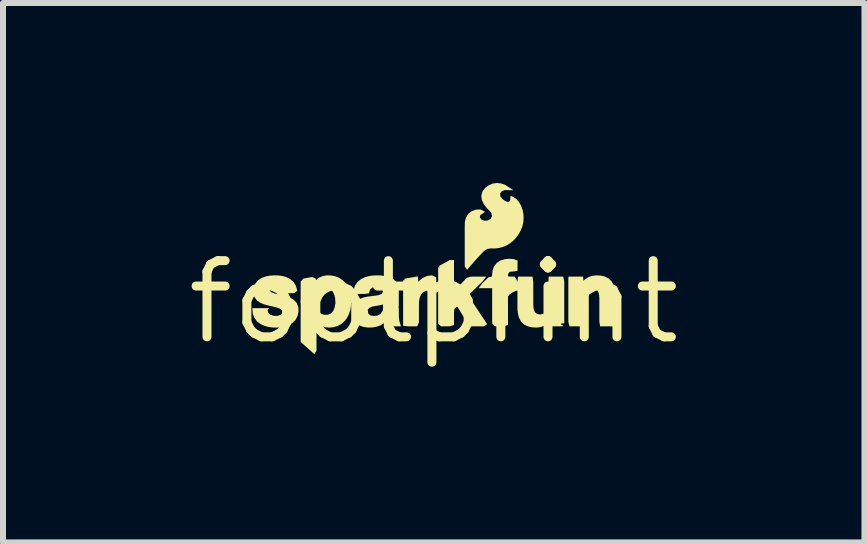
<source format=kicad_pcb>
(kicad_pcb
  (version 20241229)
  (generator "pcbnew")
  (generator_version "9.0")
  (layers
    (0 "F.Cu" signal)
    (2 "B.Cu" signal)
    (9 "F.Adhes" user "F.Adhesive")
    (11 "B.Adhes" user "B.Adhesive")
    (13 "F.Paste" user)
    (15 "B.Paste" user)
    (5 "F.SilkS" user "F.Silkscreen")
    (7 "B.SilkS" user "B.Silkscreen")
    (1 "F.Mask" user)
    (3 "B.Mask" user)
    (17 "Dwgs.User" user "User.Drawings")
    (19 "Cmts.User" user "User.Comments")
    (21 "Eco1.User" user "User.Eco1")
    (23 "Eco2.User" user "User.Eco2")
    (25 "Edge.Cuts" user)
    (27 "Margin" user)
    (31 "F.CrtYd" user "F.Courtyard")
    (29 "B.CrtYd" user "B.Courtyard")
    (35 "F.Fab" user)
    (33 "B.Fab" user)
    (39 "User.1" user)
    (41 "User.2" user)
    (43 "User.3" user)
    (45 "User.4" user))
  (footprint "footprint"
    (layer "F.Cu")
    (at 4.18 1.985)
    (property "Reference" "footprint" (at 0 0 0) (layer "F.SilkS") (effects (font (size 1.27 1.27) (thickness 0.15))))
    (fp_poly (pts (xy 0.041 -0.41) (xy 0.041 -0.256) (xy 0.013 -0.191) (xy -0.068 -0.196) (xy -0.128 -0.187) (xy -0.179 -0.161) (xy -0.215 -0.117) (xy -0.237 -0.061) (xy -0.246 0.000294) (xy -0.247 0.338) (xy -0.275 0.405) (xy -0.427 0.405) (xy -0.51 0.395) (xy -0.51 -0.363) (xy -0.485 -0.363) (xy -0.49 -0.388) (xy -0.266 -0.428) (xy -0.257 -0.34) (xy -0.257 -0.335) (xy -0.231 -0.365) (xy -0.172 -0.408) (xy -0.105 -0.436) (xy -0.028 -0.446)) (stroke (width 0) (type solid)) (fill yes) (layer "F.SilkS"))
    (fp_poly (pts (xy 0.338 -0.181) (xy 0.554 -0.406) (xy 0.624 -0.424) (xy 0.875 -0.424) (xy 0.815 -0.344) (xy 0.586 -0.121) (xy 0.589 -0.087) (xy 0.892 0.37) (xy 0.831 0.405) (xy 0.616 0.405) (xy 0.564 0.353) (xy 0.397 0.082) (xy 0.379 0.082) (xy 0.345 0.115) (xy 0.338 0.167) (xy 0.338 0.382) (xy 0.267 0.405) (xy 0.12 0.405) (xy 0.074 0.356) (xy 0.074 -0.579) (xy 0.099 -0.579) (xy 0.087 -0.601) (xy 0.266 -0.699) (xy 0.338 -0.702)) (stroke (width 0) (type solid)) (fill yes) (layer "F.SilkS"))
    (fp_poly (pts (xy -1.1 0.126) (xy -1.092 0.192) (xy -1.054 0.224) (xy -0.998 0.232) (xy -0.94 0.226) (xy -0.89 0.201) (xy -0.856 0.153) (xy -0.823 0.091) (xy -0.582 0.091) (xy -0.581 0.248) (xy -0.574 0.312) (xy -0.546 0.405) (xy -0.796 0.405) (xy -0.823 0.356) (xy -0.835 0.357) (xy -0.89 0.39) (xy -0.958 0.413) (xy -1.028 0.424) (xy -1.099 0.425) (xy -1.17 0.415) (xy -1.238 0.39) (xy -1.298 0.345) (xy -1.341 0.283) (xy -1.361 0.212) (xy -1.363 0.127) (xy -1.3 0.091) (xy -1.151 0.091)) (stroke (width 0) (type solid)) (fill yes) (layer "F.SilkS"))
    (fp_poly (pts (xy -1.944 0.107) (xy -1.918 0.159) (xy -1.876 0.196) (xy -1.823 0.213) (xy -1.766 0.211) (xy -1.715 0.19) (xy -1.676 0.15) (xy -1.653 0.097) (xy -1.641 0.031) (xy -1.609 -0.03) (xy -1.461 -0.03) (xy -1.374 -0.023) (xy -1.38 0.069) (xy -1.392 0.137) (xy -1.414 0.203) (xy -1.446 0.265) (xy -1.489 0.321) (xy -1.543 0.367) (xy -1.606 0.401) (xy -1.674 0.42) (xy -1.745 0.426) (xy -1.815 0.418) (xy -1.883 0.395) (xy -1.943 0.356) (xy -1.954 0.345) (xy -1.954 0.808) (xy -1.99 0.868) (xy -2.218 0.665) (xy -2.218 -0.03) (xy -1.975 -0.03)) (stroke (width 0) (type solid)) (fill yes) (layer "F.SilkS"))
    (fp_poly (pts (xy -1.71 -0.443) (xy -1.641 -0.43) (xy -1.576 -0.403) (xy -1.517 -0.364) (xy -1.469 -0.312) (xy -1.431 -0.253) (xy -1.404 -0.189) (xy -1.387 -0.123) (xy -1.377 -0.051) (xy -1.4 0.02) (xy -1.638 0.02) (xy -1.644 -0.067) (xy -1.658 -0.125) (xy -1.685 -0.177) (xy -1.725 -0.214) (xy -1.778 -0.232) (xy -1.834 -0.231) (xy -1.885 -0.21) (xy -1.923 -0.17) (xy -1.947 -0.117) (xy -1.976 0.02) (xy -2.218 0.02) (xy -2.218 -0.343) (xy -2.17 -0.392) (xy -2.026 -0.418) (xy -1.965 -0.39) (xy -1.965 -0.366) (xy -1.915 -0.405) (xy -1.849 -0.433) (xy -1.78 -0.445)) (stroke (width 0) (type solid)) (fill yes) (layer "F.SilkS"))
    (fp_poly (pts (xy 1.325 -0.718) (xy 1.397 -0.693) (xy 1.397 -0.52) (xy 1.321 -0.509) (xy 1.266 -0.504) (xy 1.24 -0.468) (xy 1.238 -0.43) (xy 1.271 -0.424) (xy 1.349 -0.424) (xy 1.385 -0.364) (xy 1.385 -0.281) (xy 1.339 -0.231) (xy 1.266 -0.231) (xy 1.238 -0.221) (xy 1.238 0.38) (xy 1.168 0.405) (xy 1.019 0.405) (xy 0.974 0.354) (xy 0.974 -0.231) (xy 0.749 -0.231) (xy 0.809 -0.312) (xy 0.911 -0.412) (xy 0.965 -0.421) (xy 0.974 -0.457) (xy 0.98 -0.524) (xy 1.005 -0.594) (xy 1.051 -0.652) (xy 1.113 -0.693) (xy 1.182 -0.714) (xy 1.253 -0.721)) (stroke (width 0) (type solid)) (fill yes) (layer "F.SilkS"))
    (fp_poly (pts (xy 2.778 -0.442) (xy 2.848 -0.427) (xy 2.913 -0.395) (xy 2.966 -0.344) (xy 3 -0.279) (xy 3.017 -0.211) (xy 3.024 -0.142) (xy 3.025 0.322) (xy 3.015 0.405) (xy 2.773 0.405) (xy 2.761 0.325) (xy 2.761 -0.072) (xy 2.755 -0.133) (xy 2.736 -0.186) (xy 2.697 -0.218) (xy 2.643 -0.226) (xy 2.588 -0.217) (xy 2.545 -0.186) (xy 2.52 -0.136) (xy 2.51 -0.076) (xy 2.508 -0.012) (xy 2.508 0.318) (xy 2.504 0.405) (xy 2.262 0.405) (xy 2.244 0.33) (xy 2.244 -0.401) (xy 2.249 -0.424) (xy 2.49 -0.424) (xy 2.496 -0.353) (xy 2.511 -0.37) (xy 2.571 -0.411) (xy 2.638 -0.436) (xy 2.708 -0.445)) (stroke (width 0) (type solid)) (fill yes) (layer "F.SilkS"))
    (fp_poly (pts (xy 1.659 -0.344) (xy 1.66 0.052) (xy 1.665 0.114) (xy 1.684 0.166) (xy 1.723 0.199) (xy 1.777 0.207) (xy 1.832 0.197) (xy 1.876 0.166) (xy 1.9 0.116) (xy 1.91 0.057) (xy 1.912 -0.007) (xy 1.912 -0.337) (xy 1.917 -0.424) (xy 2.158 -0.424) (xy 2.176 -0.349) (xy 2.176 0.355) (xy 2.126 0.355) (xy 2.126 0.38) (xy 2.151 0.38) (xy 2.151 0.405) (xy 1.93 0.405) (xy 1.924 0.334) (xy 1.909 0.351) (xy 1.85 0.391) (xy 1.783 0.417) (xy 1.712 0.426) (xy 1.642 0.422) (xy 1.573 0.407) (xy 1.507 0.376) (xy 1.455 0.324) (xy 1.421 0.26) (xy 1.404 0.191) (xy 1.396 0.123) (xy 1.395 -0.342) (xy 1.405 -0.424) (xy 1.647 -0.424)) (stroke (width 0) (type solid)) (fill yes) (layer "F.SilkS"))
    (fp_poly (pts (xy -0.881 -0.443) (xy -0.813 -0.434) (xy -0.746 -0.417) (xy -0.681 -0.387) (xy -0.625 -0.338) (xy -0.591 -0.272) (xy -0.582 -0.201) (xy -0.582 0.068) (xy -0.603 0.141) (xy -0.843 0.141) (xy -0.846 0.056) (xy -0.849 0.039) (xy -0.884 0.051) (xy -1.014 0.073) (xy -1.068 0.094) (xy -1.116 0.141) (xy -1.352 0.141) (xy -1.341 0.053) (xy -1.297 -0.009) (xy -1.237 -0.051) (xy -1.171 -0.076) (xy -1.104 -0.09) (xy -0.972 -0.107) (xy -0.911 -0.117) (xy -0.863 -0.138) (xy -0.847 -0.178) (xy -0.861 -0.222) (xy -0.903 -0.247) (xy -0.96 -0.252) (xy -1.016 -0.244) (xy -1.057 -0.213) (xy -1.081 -0.145) (xy -1.157 -0.135) (xy -1.306 -0.135) (xy -1.337 -0.199) (xy -1.312 -0.274) (xy -1.271 -0.334) (xy -1.215 -0.38) (xy -1.152 -0.412) (xy -1.085 -0.432) (xy -1.017 -0.442) (xy -0.949 -0.445)) (stroke (width 0) (type solid)) (fill yes) (layer "F.SilkS"))
    (fp_poly (pts (xy -2.593 -0.444) (xy -2.524 -0.435) (xy -2.456 -0.416) (xy -2.392 -0.383) (xy -2.337 -0.335) (xy -2.298 -0.272) (xy -2.274 -0.188) (xy -2.331 -0.147) (xy -2.482 -0.147) (xy -2.528 -0.19) (xy -2.566 -0.235) (xy -2.619 -0.251) (xy -2.678 -0.251) (xy -2.725 -0.235) (xy -2.739 -0.2) (xy -2.713 -0.166) (xy -2.66 -0.145) (xy -2.466 -0.1) (xy -2.4 -0.076) (xy -2.337 -0.041) (xy -2.285 0.013) (xy -2.257 0.083) (xy -2.254 0.156) (xy -2.268 0.228) (xy -2.301 0.293) (xy -2.352 0.346) (xy -2.414 0.384) (xy -2.481 0.407) (xy -2.55 0.421) (xy -2.619 0.426) (xy -2.688 0.424) (xy -2.757 0.415) (xy -2.824 0.396) (xy -2.889 0.366) (xy -2.947 0.322) (xy -2.99 0.263) (xy -3.016 0.194) (xy -3.023 0.101) (xy -2.745 0.101) (xy -2.769 0.132) (xy -2.758 0.177) (xy -2.719 0.213) (xy -2.665 0.23) (xy -2.606 0.231) (xy -2.554 0.214) (xy -2.523 0.179) (xy -2.527 0.137) (xy -2.569 0.108) (xy -2.627 0.088) (xy -2.756 0.058) (xy -2.822 0.04) (xy -2.888 0.014) (xy -2.949 -0.027) (xy -2.992 -0.089) (xy -3.007 -0.163) (xy -3.001 -0.236) (xy -2.975 -0.305) (xy -2.928 -0.363) (xy -2.867 -0.403) (xy -2.8 -0.427) (xy -2.731 -0.44) (xy -2.662 -0.445)) (stroke (width 0) (type solid)) (fill yes) (layer "F.SilkS"))
    (fp_poly (pts (xy 1.13 -1.975) (xy 1.197 -1.949) (xy 1.329 -1.864) (xy 1.185 -1.867) (xy 1.135 -1.847) (xy 1.106 -1.808) (xy 1.111 -1.761) (xy 1.145 -1.717) (xy 1.193 -1.683) (xy 1.242 -1.667) (xy 1.274 -1.686) (xy 1.279 -1.769) (xy 1.313 -1.759) (xy 1.376 -1.72) (xy 1.423 -1.665) (xy 1.457 -1.603) (xy 1.481 -1.537) (xy 1.495 -1.468) (xy 1.498 -1.398) (xy 1.493 -1.328) (xy 1.477 -1.26) (xy 1.451 -1.195) (xy 1.418 -1.134) (xy 1.377 -1.078) (xy 1.33 -1.026) (xy 1.276 -0.982) (xy 1.216 -0.945) (xy 1.152 -0.918) (xy 1.084 -0.9) (xy 1.014 -0.893) (xy 0.949 -0.894) (xy 0.891 -0.885) (xy 0.842 -0.853) (xy 0.797 -0.809) (xy 0.707 -0.711) (xy 0.663 -0.662) (xy 0.556 -0.538) (xy 0.517 -0.591) (xy 0.517 -1.265) (xy 0.519 -1.334) (xy 0.536 -1.405) (xy 0.574 -1.469) (xy 0.633 -1.515) (xy 0.703 -1.54) (xy 0.779 -1.543) (xy 0.856 -1.504) (xy 0.776 -1.449) (xy 0.769 -1.408) (xy 0.799 -1.372) (xy 0.85 -1.355) (xy 0.904 -1.36) (xy 0.949 -1.388) (xy 0.971 -1.433) (xy 0.961 -1.483) (xy 0.924 -1.529) (xy 0.877 -1.576) (xy 0.835 -1.633) (xy 0.803 -1.698) (xy 0.793 -1.773) (xy 0.814 -1.846) (xy 0.86 -1.905) (xy 0.919 -1.948) (xy 0.986 -1.976) (xy 1.058 -1.985)) (stroke (width 0) (type solid)) (fill yes) (layer "F.SilkS")))
  (gr_rect
    (start -3 -3)
    (end 11.36 5.992)
    (stroke (width 0.1) (type default))
    (fill no)
    (layer "Edge.Cuts")))
</source>
